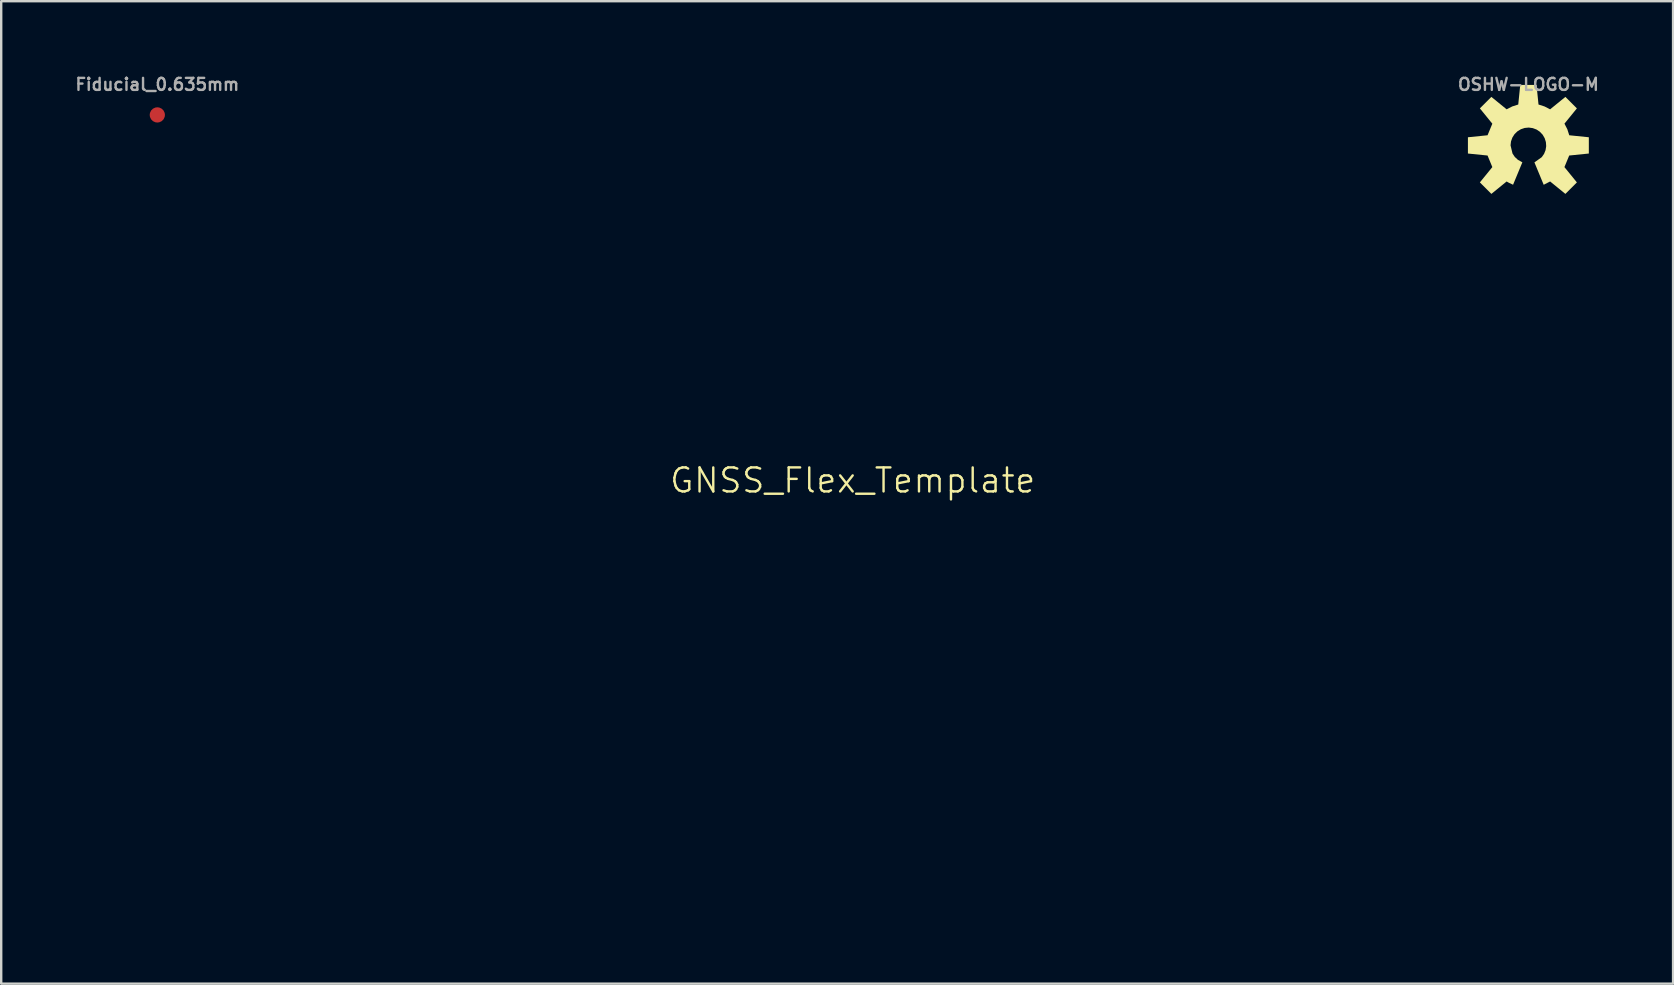
<source format=kicad_pcb>
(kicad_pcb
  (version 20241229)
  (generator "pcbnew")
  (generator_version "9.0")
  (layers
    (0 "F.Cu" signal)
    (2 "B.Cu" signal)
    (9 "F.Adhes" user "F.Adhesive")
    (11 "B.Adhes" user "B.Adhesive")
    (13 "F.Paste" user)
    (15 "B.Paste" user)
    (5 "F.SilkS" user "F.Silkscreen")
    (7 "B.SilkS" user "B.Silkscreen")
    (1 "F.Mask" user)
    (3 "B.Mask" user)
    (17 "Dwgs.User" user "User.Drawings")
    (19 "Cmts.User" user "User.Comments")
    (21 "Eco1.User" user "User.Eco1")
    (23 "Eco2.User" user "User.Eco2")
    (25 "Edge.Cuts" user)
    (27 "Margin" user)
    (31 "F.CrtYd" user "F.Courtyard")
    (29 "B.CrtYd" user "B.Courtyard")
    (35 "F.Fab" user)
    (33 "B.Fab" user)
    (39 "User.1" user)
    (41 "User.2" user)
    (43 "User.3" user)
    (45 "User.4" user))
  (footprint "GNSS_Flex_Template"
    (layer "F.Cu")
    (at 32.478 17.468)
    (property "Reference" "GNSS_Flex_Template" (at 0 -0.5 0) (unlocked yes) (layer "F.SilkS") (effects (font (size 1 1) (thickness 0.1))))
    (attr board_only exclude_from_pos_files exclude_from_bom allow_missing_courtyard dnp)
    (fp_line (start -22 -17) (end -1.5 -17) (stroke (width 0.25) (type solid)) (layer "User.2"))
    (fp_line (start -22 -1.5) (end -22 -17) (stroke (width 0.25) (type solid)) (layer "User.2"))
    (fp_line (start -22 17) (end -22 1.5) (stroke (width 0.25) (type solid)) (layer "User.2"))
    (fp_line (start -22 17) (end -2.25 17) (stroke (width 0.25) (type solid)) (layer "User.2"))
    (fp_line (start -20.5 -14.5) (end -18.5 -14.5) (stroke (width 0.1) (type default)) (layer "User.2"))
    (fp_line (start -20.5 14.5) (end -18.5 14.5) (stroke (width 0.1) (type default)) (layer "User.2"))
    (fp_line (start -20.25 -10.2) (end -15.75 -10.2) (stroke (width 0.1) (type solid)) (layer "User.2"))
    (fp_line (start -20.25 10.2) (end -20.25 -10.2) (stroke (width 0.1) (type solid)) (layer "User.2"))
    (fp_line (start -20.25 10.2) (end -15.75 10.2) (stroke (width 0.1) (type solid)) (layer "User.2"))
    (fp_line (start -19.5 -15.5) (end -19.5 -13.5) (stroke (width 0.1) (type default)) (layer "User.2"))
    (fp_line (start -19.5 13.5) (end -19.5 15.5) (stroke (width 0.1) (type default)) (layer "User.2"))
    (fp_line (start -19 0) (end -17 0) (stroke (width 0.1) (type default)) (layer "User.2"))
    (fp_line (start -18 -1) (end -18 1) (stroke (width 0.1) (type default)) (layer "User.2"))
    (fp_line (start -15.75 10.2) (end -15.75 -10.2) (stroke (width 0.1) (type solid)) (layer "User.2"))
    (fp_line (start -2.25 -10.2) (end 2.25 -10.2) (stroke (width 0.1) (type solid)) (layer "User.2"))
    (fp_line (start -2.25 10.2) (end -2.25 -10.2) (stroke (width 0.1) (type solid)) (layer "User.2"))
    (fp_line (start -2.25 10.2) (end 2.25 10.2) (stroke (width 0.1) (type solid)) (layer "User.2"))
    (fp_line (start -1 0) (end 1 0) (stroke (width 0.1) (type default)) (layer "User.2"))
    (fp_line (start 0 -1) (end 0 1) (stroke (width 0.1) (type default)) (layer "User.2"))
    (fp_line (start 1.5 -17) (end 22 -17) (stroke (width 0.25) (type solid)) (layer "User.2"))
    (fp_line (start 2.25 10.2) (end 2.25 -10.2) (stroke (width 0.1) (type solid)) (layer "User.2"))
    (fp_line (start 2.25 17) (end 22 17) (stroke (width 0.25) (type solid)) (layer "User.2"))
    (fp_line (start 15.75 -10.2) (end 20.25 -10.2) (stroke (width 0.1) (type solid)) (layer "User.2"))
    (fp_line (start 15.75 10.2) (end 15.75 -10.2) (stroke (width 0.1) (type solid)) (layer "User.2"))
    (fp_line (start 15.75 10.2) (end 20.25 10.2) (stroke (width 0.1) (type solid)) (layer "User.2"))
    (fp_line (start 17 0) (end 19 0) (stroke (width 0.1) (type default)) (layer "User.2"))
    (fp_line (start 18 -1) (end 18 1) (stroke (width 0.1) (type default)) (layer "User.2"))
    (fp_line (start 18.5 -14.5) (end 20.5 -14.5) (stroke (width 0.1) (type default)) (layer "User.2"))
    (fp_line (start 18.5 14.5) (end 20.5 14.5) (stroke (width 0.1) (type default)) (layer "User.2"))
    (fp_line (start 19.5 -15.5) (end 19.5 -13.5) (stroke (width 0.1) (type default)) (layer "User.2"))
    (fp_line (start 19.5 13.5) (end 19.5 15.5) (stroke (width 0.1) (type default)) (layer "User.2"))
    (fp_line (start 20.25 10.2) (end 20.25 -10.2) (stroke (width 0.1) (type solid)) (layer "User.2"))
    (fp_line (start 22 17) (end 22 -17) (stroke (width 0.25) (type solid)) (layer "User.2"))
    (fp_circle (center -19.5 -14.5) (end -18 -14.5) (stroke (width 0.1) (type solid)) (fill no) (layer "User.2"))
    (fp_circle (center -19.5 14.5) (end -18 14.5) (stroke (width 0.1) (type solid)) (fill no) (layer "User.2"))
    (fp_circle (center -18 -8) (end -17.45 -8) (stroke (width 0.1) (type solid)) (fill no) (layer "User.2"))
    (fp_circle (center -18 8) (end -17.45 8) (stroke (width 0.1) (type solid)) (fill no) (layer "User.2"))
    (fp_circle (center 0 -8) (end 0.55 -8) (stroke (width 0.1) (type solid)) (fill no) (layer "User.2"))
    (fp_circle (center 0 8) (end 0.55 8) (stroke (width 0.1) (type solid)) (fill no) (layer "User.2"))
    (fp_circle (center 18 -8) (end 18.55 -8) (stroke (width 0.1) (type solid)) (fill no) (layer "User.2"))
    (fp_circle (center 18 8) (end 18.55 8) (stroke (width 0.1) (type solid)) (fill no) (layer "User.2"))
    (fp_circle (center 19.5 -14.5) (end 21 -14.5) (stroke (width 0.1) (type solid)) (fill no) (layer "User.2"))
    (fp_circle (center 19.5 14.5) (end 21 14.5) (stroke (width 0.1) (type solid)) (fill no) (layer "User.2"))
    (fp_poly (pts (xy -21.698 -16.707) (xy -19.793 -16.707) (xy -21.698 -14.803)) (stroke (width 0.15) (type solid)) (fill no) (layer "User.2"))
    (fp_text user "44mm" (at 0 -17 0) (unlocked yes) (layer "User.2") (effects (font (size 0.5 0.5) (thickness 0.1) (bold yes))))
    (fp_text user "34mm" (at -22 0 90) (unlocked yes) (layer "User.2") (effects (font (size 0.5 0.5) (thickness 0.1) (bold yes))))
    (fp_text user "GNSS Flex" (at 0 17 0) (unlocked yes) (layer "User.2") (effects (font (size 0.5 0.5) (thickness 0.1) (bold yes)))))
  (footprint "OSHW-LOGO-M"
    (layer "F.Cu")
    (at 60.631 3.008)
    (property "Reference" "OSHW-LOGO-M" (at 0 -2.54 0) (layer "F.Fab") (effects (font (size 0.5 0.5) (thickness 0.1))))
    (fp_poly (pts (xy 0.422 -1.703) (xy 0.672 -1.623) (xy 0.906 -1.503) (xy 1.542 -2.021) (xy 2.021 -1.542) (xy 1.503 -0.906) (xy 1.623 -0.672) (xy 1.703 -0.422) (xy 2.519 -0.339) (xy 2.519 0.339) (xy 1.701 0.422) (xy 1.502 0.904) (xy 2.021 1.542) (xy 1.542 2.021) (xy 0.906 1.503) (xy 0.638 1.641) (xy 0.252 0.708) (xy 0.558 0.49) (xy 0.653 0.354) (xy 0.716 0.197) (xy 0.742 0.031) (xy 0.73 -0.137) (xy 0.68 -0.298) (xy 0.596 -0.444) (xy 0.48 -0.567) (xy 0.34 -0.661) (xy 0.182 -0.72) (xy 0.015 -0.743) (xy -0.152 -0.727) (xy -0.312 -0.674) (xy -0.456 -0.586) (xy -0.577 -0.468) (xy -0.667 -0.326) (xy -0.724 -0.167) (xy -0.743 -0.002) (xy -0.661 0.339) (xy -0.565 0.482) (xy -0.437 0.601) (xy -0.251 0.705) (xy -0.638 1.639) (xy -0.804 1.562) (xy -0.907 1.504) (xy -1.542 2.021) (xy -2.021 1.542) (xy -1.502 0.904) (xy -1.701 0.422) (xy -2.519 0.339) (xy -2.519 -0.339) (xy -1.701 -0.422) (xy -1.502 -0.904) (xy -2.021 -1.542) (xy -1.542 -2.021) (xy -0.906 -1.503) (xy -0.672 -1.623) (xy -0.422 -1.703) (xy -0.339 -2.519) (xy 0.339 -2.519)) (stroke (width 0) (type default)) (fill yes) (layer "F.SilkS")))
  (footprint "Fiducial_0.635mm"
    (layer "F.Cu")
    (at 3.505 1.738)
    (property "Reference" "Fiducial_0.635mm" (at 0 -1.27 0) (layer "F.Fab") (effects (font (size 0.5 0.5) (thickness 0.1))))
    (pad "1" smd roundrect (at 0 0) (size 0.635 0.635) (layers "F.Cu" "F.Mask") (roundrect_rratio 0.5)))
  (gr_rect
    (start -3 -3)
    (end 66.66 37.936)
    (stroke (width 0.1) (type default))
    (fill no)
    (layer "Edge.Cuts")))
</source>
